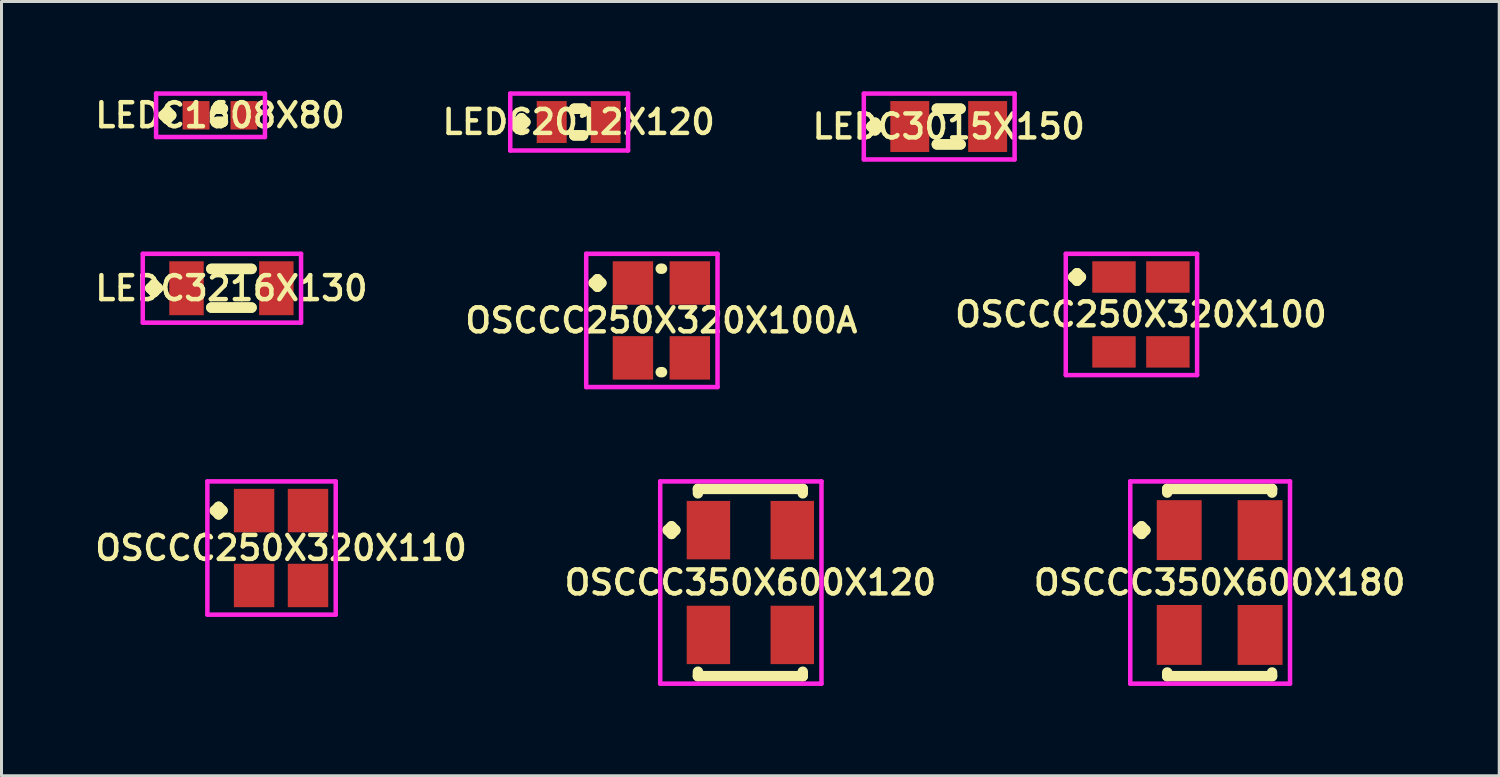
<source format=kicad_pcb>
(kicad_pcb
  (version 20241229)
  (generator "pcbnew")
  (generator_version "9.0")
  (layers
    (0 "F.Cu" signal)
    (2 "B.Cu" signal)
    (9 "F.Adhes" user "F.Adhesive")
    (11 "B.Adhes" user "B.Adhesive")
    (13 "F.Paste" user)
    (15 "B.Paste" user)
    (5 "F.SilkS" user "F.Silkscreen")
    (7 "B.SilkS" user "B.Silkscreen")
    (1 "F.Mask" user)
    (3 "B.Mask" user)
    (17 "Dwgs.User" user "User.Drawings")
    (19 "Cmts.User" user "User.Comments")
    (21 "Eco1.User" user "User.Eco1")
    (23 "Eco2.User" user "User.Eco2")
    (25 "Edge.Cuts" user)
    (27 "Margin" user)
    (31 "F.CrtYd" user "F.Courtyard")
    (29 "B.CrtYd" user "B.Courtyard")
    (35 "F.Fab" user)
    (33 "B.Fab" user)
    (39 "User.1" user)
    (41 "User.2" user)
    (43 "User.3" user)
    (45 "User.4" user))
  (footprint "OSCCC250X320X110"
    (layer "F.Cu")
    (at 6.335 15.25)
    (property "Reference" "OSCCC250X320X110" (at 0 0 0) (layer "F.SilkS") (effects (font (size 0.8 0.8) (thickness 0.15))))
    (attr smd)
    (fp_line (start -2.21 -1.25) (end -2.083 -1.377) (stroke (width 0.35) (type solid)) (layer "F.SilkS"))
    (fp_line (start -2.083 -1.377) (end -1.956 -1.25) (stroke (width 0.35) (type solid)) (layer "F.SilkS"))
    (fp_line (start -2.083 -1.123) (end -2.21 -1.25) (stroke (width 0.35) (type solid)) (layer "F.SilkS"))
    (fp_line (start -1.956 -1.25) (end -2.083 -1.123) (stroke (width 0.35) (type solid)) (layer "F.SilkS"))
    (fp_line (start -2.46 -2.225) (end 1.825 -2.225) (stroke (width 0.15) (type solid)) (layer "F.CrtYd"))
    (fp_line (start -2.46 2.225) (end -2.46 -2.225) (stroke (width 0.15) (type solid)) (layer "F.CrtYd"))
    (fp_line (start 1.825 -2.225) (end 1.825 2.225) (stroke (width 0.15) (type solid)) (layer "F.CrtYd"))
    (fp_line (start 1.825 2.225) (end -2.46 2.225) (stroke (width 0.15) (type solid)) (layer "F.CrtYd"))
    (pad "1" smd rect (at -0.9 -1.25) (size 1.35 1.45) (layers "F.Cu" "F.Mask" "F.Paste"))
    (pad "2" smd rect (at -0.9 1.25) (size 1.35 1.45) (layers "F.Cu" "F.Mask" "F.Paste"))
    (pad "3" smd rect (at 0.9 1.25) (size 1.35 1.45) (layers "F.Cu" "F.Mask" "F.Paste"))
    (pad "4" smd rect (at 0.9 -1.25) (size 1.35 1.45) (layers "F.Cu" "F.Mask" "F.Paste")))
  (footprint "LEDC3216X130"
    (layer "F.Cu")
    (at 4.678 6.575)
    (property "Reference" "LEDC3216X130" (at 0 0 0) (layer "F.SilkS") (effects (font (size 0.8 0.8) (thickness 0.15))))
    (attr smd)
    (fp_line (start -2.71 0) (end -2.583 -0.127) (stroke (width 0.35) (type solid)) (layer "F.SilkS"))
    (fp_line (start -2.583 -0.127) (end -2.456 0) (stroke (width 0.35) (type solid)) (layer "F.SilkS"))
    (fp_line (start -2.583 0.127) (end -2.71 0) (stroke (width 0.35) (type solid)) (layer "F.SilkS"))
    (fp_line (start -2.456 0) (end -2.583 0.127) (stroke (width 0.35) (type solid)) (layer "F.SilkS"))
    (fp_line (start -0.671 -0.646) (end 0.671 -0.646) (stroke (width 0.35) (type solid)) (layer "F.SilkS"))
    (fp_line (start -0.671 0.646) (end 0.671 0.646) (stroke (width 0.35) (type solid)) (layer "F.SilkS"))
    (fp_line (start 0.671 -0.646) (end -0.671 -0.646) (stroke (width 0.35) (type solid)) (layer "F.SilkS"))
    (fp_line (start 0.671 0.646) (end -0.671 0.646) (stroke (width 0.35) (type solid)) (layer "F.SilkS"))
    (fp_line (start -2.96 -1.15) (end 2.325 -1.15) (stroke (width 0.15) (type solid)) (layer "F.CrtYd"))
    (fp_line (start -2.96 1.15) (end -2.96 -1.15) (stroke (width 0.15) (type solid)) (layer "F.CrtYd"))
    (fp_line (start 2.325 -1.15) (end 2.325 1.15) (stroke (width 0.15) (type solid)) (layer "F.CrtYd"))
    (fp_line (start 2.325 1.15) (end -2.96 1.15) (stroke (width 0.15) (type solid)) (layer "F.CrtYd"))
    (pad "1" smd rect (at -1.5 0) (size 1.15 1.8) (layers "F.Cu" "F.Mask" "F.Paste"))
    (pad "2" smd rect (at 1.5 0) (size 1.15 1.8) (layers "F.Cu" "F.Mask" "F.Paste")))
  (footprint "LEDC1608X80"
    (layer "F.Cu")
    (at 4.297 0.8)
    (property "Reference" "LEDC1608X80" (at 0 0 0) (layer "F.SilkS") (effects (font (size 0.8 0.8) (thickness 0.15))))
    (attr smd)
    (fp_line (start -1.885 0) (end -1.758 -0.127) (stroke (width 0.35) (type solid)) (layer "F.SilkS"))
    (fp_line (start -1.758 -0.127) (end -1.631 0) (stroke (width 0.35) (type solid)) (layer "F.SilkS"))
    (fp_line (start -1.758 0.127) (end -1.885 0) (stroke (width 0.35) (type solid)) (layer "F.SilkS"))
    (fp_line (start -1.631 0) (end -1.758 0.127) (stroke (width 0.35) (type solid)) (layer "F.SilkS"))
    (fp_line (start -0.096 -0.221) (end 0.096 -0.221) (stroke (width 0.35) (type solid)) (layer "F.SilkS"))
    (fp_line (start -0.096 0.221) (end 0.096 0.221) (stroke (width 0.35) (type solid)) (layer "F.SilkS"))
    (fp_line (start 0.096 -0.221) (end -0.096 -0.221) (stroke (width 0.35) (type solid)) (layer "F.SilkS"))
    (fp_line (start 0.096 0.221) (end -0.096 0.221) (stroke (width 0.35) (type solid)) (layer "F.SilkS"))
    (fp_line (start -2.135 -0.725) (end 1.5 -0.725) (stroke (width 0.15) (type solid)) (layer "F.CrtYd"))
    (fp_line (start -2.135 0.725) (end -2.135 -0.725) (stroke (width 0.15) (type solid)) (layer "F.CrtYd"))
    (fp_line (start 1.5 -0.725) (end 1.5 0.725) (stroke (width 0.15) (type solid)) (layer "F.CrtYd"))
    (fp_line (start 1.5 0.725) (end -2.135 0.725) (stroke (width 0.15) (type solid)) (layer "F.CrtYd"))
    (pad "1" smd rect (at -0.8 0) (size 0.9 0.95) (layers "F.Cu" "F.Mask" "F.Paste"))
    (pad "2" smd rect (at 0.8 0) (size 0.9 0.95) (layers "F.Cu" "F.Mask" "F.Paste")))
  (footprint "OSCCC350X600X180"
    (layer "F.Cu")
    (at 37.677 16.402)
    (property "Reference" "OSCCC350X600X180" (at 0 0 0) (layer "F.SilkS") (effects (font (size 0.8 0.8) (thickness 0.15))))
    (attr smd)
    (fp_line (start -2.735 -1.75) (end -2.608 -1.877) (stroke (width 0.35) (type solid)) (layer "F.SilkS"))
    (fp_line (start -2.608 -1.877) (end -2.481 -1.75) (stroke (width 0.35) (type solid)) (layer "F.SilkS"))
    (fp_line (start -2.608 -1.623) (end -2.735 -1.75) (stroke (width 0.35) (type solid)) (layer "F.SilkS"))
    (fp_line (start -2.481 -1.75) (end -2.608 -1.623) (stroke (width 0.35) (type solid)) (layer "F.SilkS"))
    (fp_line (start -1.75 -3.127) (end 1.75 -3.127) (stroke (width 0.35) (type solid)) (layer "F.SilkS"))
    (fp_line (start -1.75 -3.004) (end -1.75 -3.127) (stroke (width 0.35) (type solid)) (layer "F.SilkS"))
    (fp_line (start -1.75 3.004) (end -1.75 3.127) (stroke (width 0.35) (type solid)) (layer "F.SilkS"))
    (fp_line (start -1.75 3.127) (end 1.75 3.127) (stroke (width 0.35) (type solid)) (layer "F.SilkS"))
    (fp_line (start 1.75 -3.127) (end 1.75 -3.004) (stroke (width 0.35) (type solid)) (layer "F.SilkS"))
    (fp_line (start 1.75 3.127) (end 1.75 3.004) (stroke (width 0.35) (type solid)) (layer "F.SilkS"))
    (fp_line (start -2.985 -3.377) (end 2.35 -3.377) (stroke (width 0.15) (type solid)) (layer "F.CrtYd"))
    (fp_line (start -2.985 3.377) (end -2.985 -3.377) (stroke (width 0.15) (type solid)) (layer "F.CrtYd"))
    (fp_line (start 2.35 -3.377) (end 2.35 3.377) (stroke (width 0.15) (type solid)) (layer "F.CrtYd"))
    (fp_line (start 2.35 3.377) (end -2.985 3.377) (stroke (width 0.15) (type solid)) (layer "F.CrtYd"))
    (pad "1" smd rect (at -1.35 -1.75) (size 1.5 2) (layers "F.Cu" "F.Mask" "F.Paste"))
    (pad "2" smd rect (at -1.35 1.75) (size 1.5 2) (layers "F.Cu" "F.Mask" "F.Paste"))
    (pad "3" smd rect (at 1.35 1.75) (size 1.5 2) (layers "F.Cu" "F.Mask" "F.Paste"))
    (pad "4" smd rect (at 1.35 -1.75) (size 1.5 2) (layers "F.Cu" "F.Mask" "F.Paste")))
  (footprint "OSCCC350X600X120"
    (layer "F.Cu")
    (at 22.006 16.402)
    (property "Reference" "OSCCC350X600X120" (at 0 0 0) (layer "F.SilkS") (effects (font (size 0.8 0.8) (thickness 0.15))))
    (attr smd)
    (fp_line (start -2.76 -1.75) (end -2.633 -1.877) (stroke (width 0.35) (type solid)) (layer "F.SilkS"))
    (fp_line (start -2.633 -1.877) (end -2.506 -1.75) (stroke (width 0.35) (type solid)) (layer "F.SilkS"))
    (fp_line (start -2.633 -1.623) (end -2.76 -1.75) (stroke (width 0.35) (type solid)) (layer "F.SilkS"))
    (fp_line (start -2.506 -1.75) (end -2.633 -1.623) (stroke (width 0.35) (type solid)) (layer "F.SilkS"))
    (fp_line (start -1.75 -3.127) (end 1.75 -3.127) (stroke (width 0.35) (type solid)) (layer "F.SilkS"))
    (fp_line (start -1.75 -2.979) (end -1.75 -3.127) (stroke (width 0.35) (type solid)) (layer "F.SilkS"))
    (fp_line (start -1.75 2.979) (end -1.75 3.127) (stroke (width 0.35) (type solid)) (layer "F.SilkS"))
    (fp_line (start -1.75 3.127) (end 1.75 3.127) (stroke (width 0.35) (type solid)) (layer "F.SilkS"))
    (fp_line (start 1.75 -3.127) (end 1.75 -2.979) (stroke (width 0.35) (type solid)) (layer "F.SilkS"))
    (fp_line (start 1.75 3.127) (end 1.75 2.979) (stroke (width 0.35) (type solid)) (layer "F.SilkS"))
    (fp_line (start -3.01 -3.377) (end 2.375 -3.377) (stroke (width 0.15) (type solid)) (layer "F.CrtYd"))
    (fp_line (start -3.01 3.377) (end -3.01 -3.377) (stroke (width 0.15) (type solid)) (layer "F.CrtYd"))
    (fp_line (start 2.375 -3.377) (end 2.375 3.377) (stroke (width 0.15) (type solid)) (layer "F.CrtYd"))
    (fp_line (start 2.375 3.377) (end -3.01 3.377) (stroke (width 0.15) (type solid)) (layer "F.CrtYd"))
    (pad "1" smd rect (at -1.4 -1.75) (size 1.45 1.95) (layers "F.Cu" "F.Mask" "F.Paste"))
    (pad "2" smd rect (at -1.4 1.75) (size 1.45 1.95) (layers "F.Cu" "F.Mask" "F.Paste"))
    (pad "3" smd rect (at 1.4 1.75) (size 1.45 1.95) (layers "F.Cu" "F.Mask" "F.Paste"))
    (pad "4" smd rect (at 1.4 -1.75) (size 1.45 1.95) (layers "F.Cu" "F.Mask" "F.Paste")))
  (footprint "OSCCC250X320X100A"
    (layer "F.Cu")
    (at 19.035 7.65)
    (property "Reference" "OSCCC250X320X100A" (at 0 0 0) (layer "F.SilkS") (effects (font (size 0.8 0.8) (thickness 0.15))))
    (attr smd)
    (fp_line (start -2.26 -1.25) (end -2.133 -1.377) (stroke (width 0.35) (type solid)) (layer "F.SilkS"))
    (fp_line (start -2.133 -1.377) (end -2.006 -1.25) (stroke (width 0.35) (type solid)) (layer "F.SilkS"))
    (fp_line (start -2.133 -1.123) (end -2.26 -1.25) (stroke (width 0.35) (type solid)) (layer "F.SilkS"))
    (fp_line (start -2.006 -1.25) (end -2.133 -1.123) (stroke (width 0.35) (type solid)) (layer "F.SilkS"))
    (fp_line (start -0.021 -1.727) (end 0.021 -1.727) (stroke (width 0.35) (type solid)) (layer "F.SilkS"))
    (fp_line (start -0.021 1.727) (end 0.021 1.727) (stroke (width 0.35) (type solid)) (layer "F.SilkS"))
    (fp_line (start -2.51 -2.225) (end 1.875 -2.225) (stroke (width 0.15) (type solid)) (layer "F.CrtYd"))
    (fp_line (start -2.51 2.225) (end -2.51 -2.225) (stroke (width 0.15) (type solid)) (layer "F.CrtYd"))
    (fp_line (start 1.875 -2.225) (end 1.875 2.225) (stroke (width 0.15) (type solid)) (layer "F.CrtYd"))
    (fp_line (start 1.875 2.225) (end -2.51 2.225) (stroke (width 0.15) (type solid)) (layer "F.CrtYd"))
    (pad "1" smd rect (at -0.95 -1.25) (size 1.35 1.45) (layers "F.Cu" "F.Mask" "F.Paste"))
    (pad "2" smd rect (at -0.95 1.25) (size 1.35 1.45) (layers "F.Cu" "F.Mask" "F.Paste"))
    (pad "3" smd rect (at 0.95 1.25) (size 1.35 1.45) (layers "F.Cu" "F.Mask" "F.Paste"))
    (pad "4" smd rect (at 0.95 -1.25) (size 1.35 1.45) (layers "F.Cu" "F.Mask" "F.Paste")))
  (footprint "LEDC2012X120"
    (layer "F.Cu")
    (at 16.273 1.025)
    (property "Reference" "LEDC2012X120" (at 0 0 0) (layer "F.SilkS") (effects (font (size 0.8 0.8) (thickness 0.15))))
    (attr smd)
    (fp_line (start -2.035 0) (end -1.908 -0.127) (stroke (width 0.35) (type solid)) (layer "F.SilkS"))
    (fp_line (start -1.908 -0.127) (end -1.781 0) (stroke (width 0.35) (type solid)) (layer "F.SilkS"))
    (fp_line (start -1.908 0.127) (end -2.035 0) (stroke (width 0.35) (type solid)) (layer "F.SilkS"))
    (fp_line (start -1.781 0) (end -1.908 0.127) (stroke (width 0.35) (type solid)) (layer "F.SilkS"))
    (fp_line (start -0.146 -0.446) (end 0.146 -0.446) (stroke (width 0.35) (type solid)) (layer "F.SilkS"))
    (fp_line (start -0.146 0.446) (end 0.146 0.446) (stroke (width 0.35) (type solid)) (layer "F.SilkS"))
    (fp_line (start 0.146 -0.446) (end -0.146 -0.446) (stroke (width 0.35) (type solid)) (layer "F.SilkS"))
    (fp_line (start 0.146 0.446) (end -0.146 0.446) (stroke (width 0.35) (type solid)) (layer "F.SilkS"))
    (fp_line (start -2.285 -0.95) (end 1.65 -0.95) (stroke (width 0.15) (type solid)) (layer "F.CrtYd"))
    (fp_line (start -2.285 0.95) (end -2.285 -0.95) (stroke (width 0.15) (type solid)) (layer "F.CrtYd"))
    (fp_line (start 1.65 -0.95) (end 1.65 0.95) (stroke (width 0.15) (type solid)) (layer "F.CrtYd"))
    (fp_line (start 1.65 0.95) (end -2.285 0.95) (stroke (width 0.15) (type solid)) (layer "F.CrtYd"))
    (pad "1" smd rect (at -0.9 0) (size 1 1.4) (layers "F.Cu" "F.Mask" "F.Paste"))
    (pad "2" smd rect (at 0.9 0) (size 1 1.4) (layers "F.Cu" "F.Mask" "F.Paste")))
  (footprint "LEDC3015X150"
    (layer "F.Cu")
    (at 28.63 1.175)
    (property "Reference" "LEDC3015X150" (at 0 0 0) (layer "F.SilkS") (effects (font (size 0.8 0.8) (thickness 0.15))))
    (attr smd)
    (fp_line (start -2.585 0) (end -2.458 -0.127) (stroke (width 0.35) (type solid)) (layer "F.SilkS"))
    (fp_line (start -2.458 -0.127) (end -2.331 0) (stroke (width 0.35) (type solid)) (layer "F.SilkS"))
    (fp_line (start -2.458 0.127) (end -2.585 0) (stroke (width 0.35) (type solid)) (layer "F.SilkS"))
    (fp_line (start -2.331 0) (end -2.458 0.127) (stroke (width 0.35) (type solid)) (layer "F.SilkS"))
    (fp_line (start -0.396 -0.596) (end 0.396 -0.596) (stroke (width 0.35) (type solid)) (layer "F.SilkS"))
    (fp_line (start -0.396 0.596) (end 0.396 0.596) (stroke (width 0.35) (type solid)) (layer "F.SilkS"))
    (fp_line (start 0.396 -0.596) (end -0.396 -0.596) (stroke (width 0.35) (type solid)) (layer "F.SilkS"))
    (fp_line (start 0.396 0.596) (end -0.396 0.596) (stroke (width 0.35) (type solid)) (layer "F.SilkS"))
    (fp_line (start -2.835 -1.1) (end 2.2 -1.1) (stroke (width 0.15) (type solid)) (layer "F.CrtYd"))
    (fp_line (start -2.835 1.1) (end -2.835 -1.1) (stroke (width 0.15) (type solid)) (layer "F.CrtYd"))
    (fp_line (start 2.2 -1.1) (end 2.2 1.1) (stroke (width 0.15) (type solid)) (layer "F.CrtYd"))
    (fp_line (start 2.2 1.1) (end -2.835 1.1) (stroke (width 0.15) (type solid)) (layer "F.CrtYd"))
    (pad "1" smd rect (at -1.3 0) (size 1.3 1.7) (layers "F.Cu" "F.Mask" "F.Paste"))
    (pad "2" smd rect (at 1.3 0) (size 1.3 1.7) (layers "F.Cu" "F.Mask" "F.Paste")))
  (footprint "OSCCC250X320X100"
    (layer "F.Cu")
    (at 35.049 7.45)
    (property "Reference" "OSCCC250X320X100" (at 0 0 0) (layer "F.SilkS") (effects (font (size 0.8 0.8) (thickness 0.15))))
    (attr smd)
    (fp_line (start -2.26 -1.25) (end -2.133 -1.377) (stroke (width 0.35) (type solid)) (layer "F.SilkS"))
    (fp_line (start -2.133 -1.377) (end -2.006 -1.25) (stroke (width 0.35) (type solid)) (layer "F.SilkS"))
    (fp_line (start -2.133 -1.123) (end -2.26 -1.25) (stroke (width 0.35) (type solid)) (layer "F.SilkS"))
    (fp_line (start -2.006 -1.25) (end -2.133 -1.123) (stroke (width 0.35) (type solid)) (layer "F.SilkS"))
    (fp_line (start -2.51 -2.025) (end 1.875 -2.025) (stroke (width 0.15) (type solid)) (layer "F.CrtYd"))
    (fp_line (start -2.51 2.025) (end -2.51 -2.025) (stroke (width 0.15) (type solid)) (layer "F.CrtYd"))
    (fp_line (start 1.875 -2.025) (end 1.875 2.025) (stroke (width 0.15) (type solid)) (layer "F.CrtYd"))
    (fp_line (start 1.875 2.025) (end -2.51 2.025) (stroke (width 0.15) (type solid)) (layer "F.CrtYd"))
    (pad "1" smd rect (at -0.9 -1.25) (size 1.45 1.05) (layers "F.Cu" "F.Mask" "F.Paste"))
    (pad "2" smd rect (at -0.9 1.25) (size 1.45 1.05) (layers "F.Cu" "F.Mask" "F.Paste"))
    (pad "3" smd rect (at 0.9 1.25) (size 1.45 1.05) (layers "F.Cu" "F.Mask" "F.Paste"))
    (pad "4" smd rect (at 0.9 -1.25) (size 1.45 1.05) (layers "F.Cu" "F.Mask" "F.Paste")))
  (gr_rect
    (start -3 -3)
    (end 47.013 22.854)
    (stroke (width 0.1) (type default))
    (fill no)
    (layer "Edge.Cuts")))
</source>
